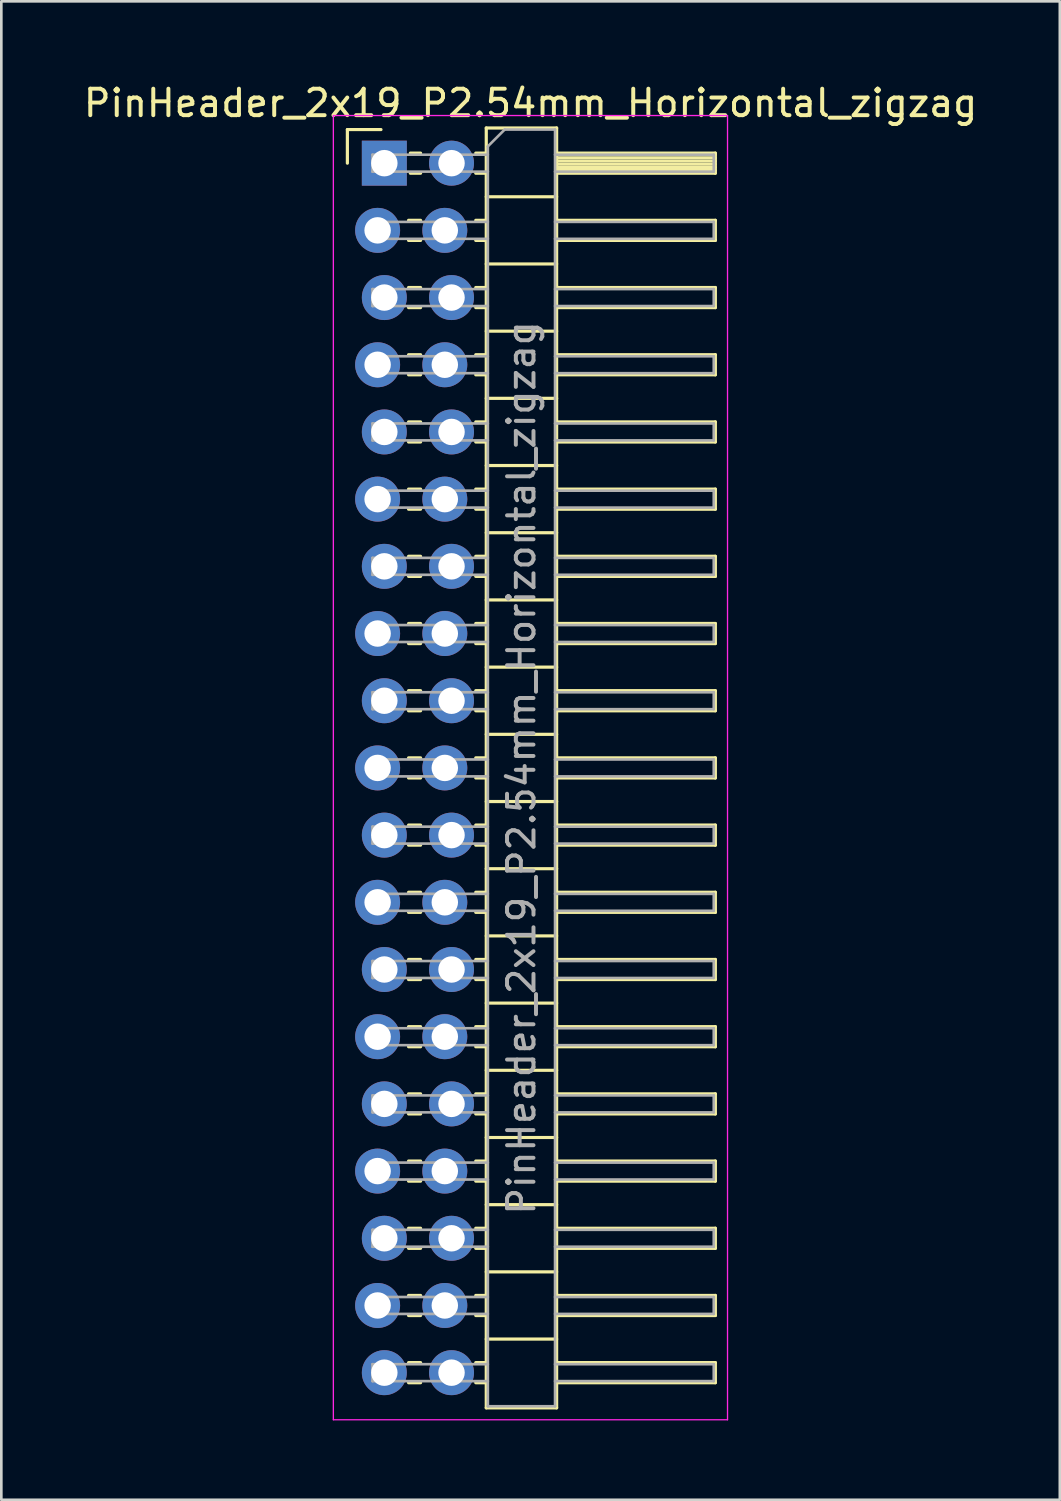
<source format=kicad_pcb>
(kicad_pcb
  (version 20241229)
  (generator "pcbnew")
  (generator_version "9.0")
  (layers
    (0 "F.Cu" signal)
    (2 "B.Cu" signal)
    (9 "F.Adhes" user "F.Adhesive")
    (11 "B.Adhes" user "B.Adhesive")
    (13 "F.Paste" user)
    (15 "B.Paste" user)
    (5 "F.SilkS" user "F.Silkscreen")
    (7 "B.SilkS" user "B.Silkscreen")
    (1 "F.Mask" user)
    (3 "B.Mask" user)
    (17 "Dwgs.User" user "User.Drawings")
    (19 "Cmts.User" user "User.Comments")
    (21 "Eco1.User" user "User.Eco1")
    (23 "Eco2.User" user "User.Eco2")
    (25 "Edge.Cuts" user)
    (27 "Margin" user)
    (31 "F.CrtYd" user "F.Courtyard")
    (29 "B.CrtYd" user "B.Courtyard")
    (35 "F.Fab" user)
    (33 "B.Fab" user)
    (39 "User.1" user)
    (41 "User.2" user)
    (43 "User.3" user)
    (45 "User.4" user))
  (footprint "PinHeader_2x19_P2.54mm_Horizontal_zigzag"
    (layer "F.Cu")
    (at 11.351 3.118)
    (property "Reference" "PinHeader_2x19_P2.54mm_Horizontal_zigzag" (at 5.655 -2.27 0) (layer "F.SilkS") (effects (font (size 1 1) (thickness 0.15))))
    (attr through_hole)
    (fp_line (start -1.27 -1.27) (end 0 -1.27) (stroke (width 0.12) (type solid)) (layer "F.SilkS"))
    (fp_line (start -1.27 0) (end -1.27 -1.27) (stroke (width 0.12) (type solid)) (layer "F.SilkS"))
    (fp_line (start 1.043 2.16) (end 1.497 2.16) (stroke (width 0.12) (type solid)) (layer "F.SilkS"))
    (fp_line (start 1.043 2.92) (end 1.497 2.92) (stroke (width 0.12) (type solid)) (layer "F.SilkS"))
    (fp_line (start 1.043 4.7) (end 1.497 4.7) (stroke (width 0.12) (type solid)) (layer "F.SilkS"))
    (fp_line (start 1.043 5.46) (end 1.497 5.46) (stroke (width 0.12) (type solid)) (layer "F.SilkS"))
    (fp_line (start 1.043 7.24) (end 1.497 7.24) (stroke (width 0.12) (type solid)) (layer "F.SilkS"))
    (fp_line (start 1.043 8) (end 1.497 8) (stroke (width 0.12) (type solid)) (layer "F.SilkS"))
    (fp_line (start 1.043 9.78) (end 1.497 9.78) (stroke (width 0.12) (type solid)) (layer "F.SilkS"))
    (fp_line (start 1.043 10.54) (end 1.497 10.54) (stroke (width 0.12) (type solid)) (layer "F.SilkS"))
    (fp_line (start 1.043 12.32) (end 1.497 12.32) (stroke (width 0.12) (type solid)) (layer "F.SilkS"))
    (fp_line (start 1.043 13.08) (end 1.497 13.08) (stroke (width 0.12) (type solid)) (layer "F.SilkS"))
    (fp_line (start 1.043 14.86) (end 1.497 14.86) (stroke (width 0.12) (type solid)) (layer "F.SilkS"))
    (fp_line (start 1.043 15.62) (end 1.497 15.62) (stroke (width 0.12) (type solid)) (layer "F.SilkS"))
    (fp_line (start 1.043 17.4) (end 1.497 17.4) (stroke (width 0.12) (type solid)) (layer "F.SilkS"))
    (fp_line (start 1.043 18.16) (end 1.497 18.16) (stroke (width 0.12) (type solid)) (layer "F.SilkS"))
    (fp_line (start 1.043 19.94) (end 1.497 19.94) (stroke (width 0.12) (type solid)) (layer "F.SilkS"))
    (fp_line (start 1.043 20.7) (end 1.497 20.7) (stroke (width 0.12) (type solid)) (layer "F.SilkS"))
    (fp_line (start 1.043 22.48) (end 1.497 22.48) (stroke (width 0.12) (type solid)) (layer "F.SilkS"))
    (fp_line (start 1.043 23.24) (end 1.497 23.24) (stroke (width 0.12) (type solid)) (layer "F.SilkS"))
    (fp_line (start 1.043 25.02) (end 1.497 25.02) (stroke (width 0.12) (type solid)) (layer "F.SilkS"))
    (fp_line (start 1.043 25.78) (end 1.497 25.78) (stroke (width 0.12) (type solid)) (layer "F.SilkS"))
    (fp_line (start 1.043 27.56) (end 1.497 27.56) (stroke (width 0.12) (type solid)) (layer "F.SilkS"))
    (fp_line (start 1.043 28.32) (end 1.497 28.32) (stroke (width 0.12) (type solid)) (layer "F.SilkS"))
    (fp_line (start 1.043 30.1) (end 1.497 30.1) (stroke (width 0.12) (type solid)) (layer "F.SilkS"))
    (fp_line (start 1.043 30.86) (end 1.497 30.86) (stroke (width 0.12) (type solid)) (layer "F.SilkS"))
    (fp_line (start 1.043 32.64) (end 1.497 32.64) (stroke (width 0.12) (type solid)) (layer "F.SilkS"))
    (fp_line (start 1.043 33.4) (end 1.497 33.4) (stroke (width 0.12) (type solid)) (layer "F.SilkS"))
    (fp_line (start 1.043 35.18) (end 1.497 35.18) (stroke (width 0.12) (type solid)) (layer "F.SilkS"))
    (fp_line (start 1.043 35.94) (end 1.497 35.94) (stroke (width 0.12) (type solid)) (layer "F.SilkS"))
    (fp_line (start 1.043 37.72) (end 1.497 37.72) (stroke (width 0.12) (type solid)) (layer "F.SilkS"))
    (fp_line (start 1.043 38.48) (end 1.497 38.48) (stroke (width 0.12) (type solid)) (layer "F.SilkS"))
    (fp_line (start 1.043 40.26) (end 1.497 40.26) (stroke (width 0.12) (type solid)) (layer "F.SilkS"))
    (fp_line (start 1.043 41.02) (end 1.497 41.02) (stroke (width 0.12) (type solid)) (layer "F.SilkS"))
    (fp_line (start 1.043 42.8) (end 1.497 42.8) (stroke (width 0.12) (type solid)) (layer "F.SilkS"))
    (fp_line (start 1.043 43.56) (end 1.497 43.56) (stroke (width 0.12) (type solid)) (layer "F.SilkS"))
    (fp_line (start 1.043 45.34) (end 1.497 45.34) (stroke (width 0.12) (type solid)) (layer "F.SilkS"))
    (fp_line (start 1.043 46.1) (end 1.497 46.1) (stroke (width 0.12) (type solid)) (layer "F.SilkS"))
    (fp_line (start 1.11 -0.38) (end 1.497 -0.38) (stroke (width 0.12) (type solid)) (layer "F.SilkS"))
    (fp_line (start 1.11 0.38) (end 1.497 0.38) (stroke (width 0.12) (type solid)) (layer "F.SilkS"))
    (fp_line (start 3.583 -0.38) (end 3.98 -0.38) (stroke (width 0.12) (type solid)) (layer "F.SilkS"))
    (fp_line (start 3.583 0.38) (end 3.98 0.38) (stroke (width 0.12) (type solid)) (layer "F.SilkS"))
    (fp_line (start 3.583 2.16) (end 3.98 2.16) (stroke (width 0.12) (type solid)) (layer "F.SilkS"))
    (fp_line (start 3.583 2.92) (end 3.98 2.92) (stroke (width 0.12) (type solid)) (layer "F.SilkS"))
    (fp_line (start 3.583 4.7) (end 3.98 4.7) (stroke (width 0.12) (type solid)) (layer "F.SilkS"))
    (fp_line (start 3.583 5.46) (end 3.98 5.46) (stroke (width 0.12) (type solid)) (layer "F.SilkS"))
    (fp_line (start 3.583 7.24) (end 3.98 7.24) (stroke (width 0.12) (type solid)) (layer "F.SilkS"))
    (fp_line (start 3.583 8) (end 3.98 8) (stroke (width 0.12) (type solid)) (layer "F.SilkS"))
    (fp_line (start 3.583 9.78) (end 3.98 9.78) (stroke (width 0.12) (type solid)) (layer "F.SilkS"))
    (fp_line (start 3.583 10.54) (end 3.98 10.54) (stroke (width 0.12) (type solid)) (layer "F.SilkS"))
    (fp_line (start 3.583 12.32) (end 3.98 12.32) (stroke (width 0.12) (type solid)) (layer "F.SilkS"))
    (fp_line (start 3.583 13.08) (end 3.98 13.08) (stroke (width 0.12) (type solid)) (layer "F.SilkS"))
    (fp_line (start 3.583 14.86) (end 3.98 14.86) (stroke (width 0.12) (type solid)) (layer "F.SilkS"))
    (fp_line (start 3.583 15.62) (end 3.98 15.62) (stroke (width 0.12) (type solid)) (layer "F.SilkS"))
    (fp_line (start 3.583 17.4) (end 3.98 17.4) (stroke (width 0.12) (type solid)) (layer "F.SilkS"))
    (fp_line (start 3.583 18.16) (end 3.98 18.16) (stroke (width 0.12) (type solid)) (layer "F.SilkS"))
    (fp_line (start 3.583 19.94) (end 3.98 19.94) (stroke (width 0.12) (type solid)) (layer "F.SilkS"))
    (fp_line (start 3.583 20.7) (end 3.98 20.7) (stroke (width 0.12) (type solid)) (layer "F.SilkS"))
    (fp_line (start 3.583 22.48) (end 3.98 22.48) (stroke (width 0.12) (type solid)) (layer "F.SilkS"))
    (fp_line (start 3.583 23.24) (end 3.98 23.24) (stroke (width 0.12) (type solid)) (layer "F.SilkS"))
    (fp_line (start 3.583 25.02) (end 3.98 25.02) (stroke (width 0.12) (type solid)) (layer "F.SilkS"))
    (fp_line (start 3.583 25.78) (end 3.98 25.78) (stroke (width 0.12) (type solid)) (layer "F.SilkS"))
    (fp_line (start 3.583 27.56) (end 3.98 27.56) (stroke (width 0.12) (type solid)) (layer "F.SilkS"))
    (fp_line (start 3.583 28.32) (end 3.98 28.32) (stroke (width 0.12) (type solid)) (layer "F.SilkS"))
    (fp_line (start 3.583 30.1) (end 3.98 30.1) (stroke (width 0.12) (type solid)) (layer "F.SilkS"))
    (fp_line (start 3.583 30.86) (end 3.98 30.86) (stroke (width 0.12) (type solid)) (layer "F.SilkS"))
    (fp_line (start 3.583 32.64) (end 3.98 32.64) (stroke (width 0.12) (type solid)) (layer "F.SilkS"))
    (fp_line (start 3.583 33.4) (end 3.98 33.4) (stroke (width 0.12) (type solid)) (layer "F.SilkS"))
    (fp_line (start 3.583 35.18) (end 3.98 35.18) (stroke (width 0.12) (type solid)) (layer "F.SilkS"))
    (fp_line (start 3.583 35.94) (end 3.98 35.94) (stroke (width 0.12) (type solid)) (layer "F.SilkS"))
    (fp_line (start 3.583 37.72) (end 3.98 37.72) (stroke (width 0.12) (type solid)) (layer "F.SilkS"))
    (fp_line (start 3.583 38.48) (end 3.98 38.48) (stroke (width 0.12) (type solid)) (layer "F.SilkS"))
    (fp_line (start 3.583 40.26) (end 3.98 40.26) (stroke (width 0.12) (type solid)) (layer "F.SilkS"))
    (fp_line (start 3.583 41.02) (end 3.98 41.02) (stroke (width 0.12) (type solid)) (layer "F.SilkS"))
    (fp_line (start 3.583 42.8) (end 3.98 42.8) (stroke (width 0.12) (type solid)) (layer "F.SilkS"))
    (fp_line (start 3.583 43.56) (end 3.98 43.56) (stroke (width 0.12) (type solid)) (layer "F.SilkS"))
    (fp_line (start 3.583 45.34) (end 3.98 45.34) (stroke (width 0.12) (type solid)) (layer "F.SilkS"))
    (fp_line (start 3.583 46.1) (end 3.98 46.1) (stroke (width 0.12) (type solid)) (layer "F.SilkS"))
    (fp_line (start 3.98 -1.33) (end 3.98 47.05) (stroke (width 0.12) (type solid)) (layer "F.SilkS"))
    (fp_line (start 3.98 1.27) (end 6.64 1.27) (stroke (width 0.12) (type solid)) (layer "F.SilkS"))
    (fp_line (start 3.98 3.81) (end 6.64 3.81) (stroke (width 0.12) (type solid)) (layer "F.SilkS"))
    (fp_line (start 3.98 6.35) (end 6.64 6.35) (stroke (width 0.12) (type solid)) (layer "F.SilkS"))
    (fp_line (start 3.98 8.89) (end 6.64 8.89) (stroke (width 0.12) (type solid)) (layer "F.SilkS"))
    (fp_line (start 3.98 11.43) (end 6.64 11.43) (stroke (width 0.12) (type solid)) (layer "F.SilkS"))
    (fp_line (start 3.98 13.97) (end 6.64 13.97) (stroke (width 0.12) (type solid)) (layer "F.SilkS"))
    (fp_line (start 3.98 16.51) (end 6.64 16.51) (stroke (width 0.12) (type solid)) (layer "F.SilkS"))
    (fp_line (start 3.98 19.05) (end 6.64 19.05) (stroke (width 0.12) (type solid)) (layer "F.SilkS"))
    (fp_line (start 3.98 21.59) (end 6.64 21.59) (stroke (width 0.12) (type solid)) (layer "F.SilkS"))
    (fp_line (start 3.98 24.13) (end 6.64 24.13) (stroke (width 0.12) (type solid)) (layer "F.SilkS"))
    (fp_line (start 3.98 26.67) (end 6.64 26.67) (stroke (width 0.12) (type solid)) (layer "F.SilkS"))
    (fp_line (start 3.98 29.21) (end 6.64 29.21) (stroke (width 0.12) (type solid)) (layer "F.SilkS"))
    (fp_line (start 3.98 31.75) (end 6.64 31.75) (stroke (width 0.12) (type solid)) (layer "F.SilkS"))
    (fp_line (start 3.98 34.29) (end 6.64 34.29) (stroke (width 0.12) (type solid)) (layer "F.SilkS"))
    (fp_line (start 3.98 36.83) (end 6.64 36.83) (stroke (width 0.12) (type solid)) (layer "F.SilkS"))
    (fp_line (start 3.98 39.37) (end 6.64 39.37) (stroke (width 0.12) (type solid)) (layer "F.SilkS"))
    (fp_line (start 3.98 41.91) (end 6.64 41.91) (stroke (width 0.12) (type solid)) (layer "F.SilkS"))
    (fp_line (start 3.98 44.45) (end 6.64 44.45) (stroke (width 0.12) (type solid)) (layer "F.SilkS"))
    (fp_line (start 3.98 47.05) (end 6.64 47.05) (stroke (width 0.12) (type solid)) (layer "F.SilkS"))
    (fp_line (start 6.64 -1.33) (end 3.98 -1.33) (stroke (width 0.12) (type solid)) (layer "F.SilkS"))
    (fp_line (start 6.64 -0.38) (end 12.64 -0.38) (stroke (width 0.12) (type solid)) (layer "F.SilkS"))
    (fp_line (start 6.64 -0.32) (end 12.64 -0.32) (stroke (width 0.12) (type solid)) (layer "F.SilkS"))
    (fp_line (start 6.64 -0.2) (end 12.64 -0.2) (stroke (width 0.12) (type solid)) (layer "F.SilkS"))
    (fp_line (start 6.64 -0.08) (end 12.64 -0.08) (stroke (width 0.12) (type solid)) (layer "F.SilkS"))
    (fp_line (start 6.64 0.04) (end 12.64 0.04) (stroke (width 0.12) (type solid)) (layer "F.SilkS"))
    (fp_line (start 6.64 0.16) (end 12.64 0.16) (stroke (width 0.12) (type solid)) (layer "F.SilkS"))
    (fp_line (start 6.64 0.28) (end 12.64 0.28) (stroke (width 0.12) (type solid)) (layer "F.SilkS"))
    (fp_line (start 6.64 2.16) (end 12.64 2.16) (stroke (width 0.12) (type solid)) (layer "F.SilkS"))
    (fp_line (start 6.64 4.7) (end 12.64 4.7) (stroke (width 0.12) (type solid)) (layer "F.SilkS"))
    (fp_line (start 6.64 7.24) (end 12.64 7.24) (stroke (width 0.12) (type solid)) (layer "F.SilkS"))
    (fp_line (start 6.64 9.78) (end 12.64 9.78) (stroke (width 0.12) (type solid)) (layer "F.SilkS"))
    (fp_line (start 6.64 12.32) (end 12.64 12.32) (stroke (width 0.12) (type solid)) (layer "F.SilkS"))
    (fp_line (start 6.64 14.86) (end 12.64 14.86) (stroke (width 0.12) (type solid)) (layer "F.SilkS"))
    (fp_line (start 6.64 17.4) (end 12.64 17.4) (stroke (width 0.12) (type solid)) (layer "F.SilkS"))
    (fp_line (start 6.64 19.94) (end 12.64 19.94) (stroke (width 0.12) (type solid)) (layer "F.SilkS"))
    (fp_line (start 6.64 22.48) (end 12.64 22.48) (stroke (width 0.12) (type solid)) (layer "F.SilkS"))
    (fp_line (start 6.64 25.02) (end 12.64 25.02) (stroke (width 0.12) (type solid)) (layer "F.SilkS"))
    (fp_line (start 6.64 27.56) (end 12.64 27.56) (stroke (width 0.12) (type solid)) (layer "F.SilkS"))
    (fp_line (start 6.64 30.1) (end 12.64 30.1) (stroke (width 0.12) (type solid)) (layer "F.SilkS"))
    (fp_line (start 6.64 32.64) (end 12.64 32.64) (stroke (width 0.12) (type solid)) (layer "F.SilkS"))
    (fp_line (start 6.64 35.18) (end 12.64 35.18) (stroke (width 0.12) (type solid)) (layer "F.SilkS"))
    (fp_line (start 6.64 37.72) (end 12.64 37.72) (stroke (width 0.12) (type solid)) (layer "F.SilkS"))
    (fp_line (start 6.64 40.26) (end 12.64 40.26) (stroke (width 0.12) (type solid)) (layer "F.SilkS"))
    (fp_line (start 6.64 42.8) (end 12.64 42.8) (stroke (width 0.12) (type solid)) (layer "F.SilkS"))
    (fp_line (start 6.64 45.34) (end 12.64 45.34) (stroke (width 0.12) (type solid)) (layer "F.SilkS"))
    (fp_line (start 6.64 47.05) (end 6.64 -1.33) (stroke (width 0.12) (type solid)) (layer "F.SilkS"))
    (fp_line (start 12.64 -0.38) (end 12.64 0.38) (stroke (width 0.12) (type solid)) (layer "F.SilkS"))
    (fp_line (start 12.64 0.38) (end 6.64 0.38) (stroke (width 0.12) (type solid)) (layer "F.SilkS"))
    (fp_line (start 12.64 2.16) (end 12.64 2.92) (stroke (width 0.12) (type solid)) (layer "F.SilkS"))
    (fp_line (start 12.64 2.92) (end 6.64 2.92) (stroke (width 0.12) (type solid)) (layer "F.SilkS"))
    (fp_line (start 12.64 4.7) (end 12.64 5.46) (stroke (width 0.12) (type solid)) (layer "F.SilkS"))
    (fp_line (start 12.64 5.46) (end 6.64 5.46) (stroke (width 0.12) (type solid)) (layer "F.SilkS"))
    (fp_line (start 12.64 7.24) (end 12.64 8) (stroke (width 0.12) (type solid)) (layer "F.SilkS"))
    (fp_line (start 12.64 8) (end 6.64 8) (stroke (width 0.12) (type solid)) (layer "F.SilkS"))
    (fp_line (start 12.64 9.78) (end 12.64 10.54) (stroke (width 0.12) (type solid)) (layer "F.SilkS"))
    (fp_line (start 12.64 10.54) (end 6.64 10.54) (stroke (width 0.12) (type solid)) (layer "F.SilkS"))
    (fp_line (start 12.64 12.32) (end 12.64 13.08) (stroke (width 0.12) (type solid)) (layer "F.SilkS"))
    (fp_line (start 12.64 13.08) (end 6.64 13.08) (stroke (width 0.12) (type solid)) (layer "F.SilkS"))
    (fp_line (start 12.64 14.86) (end 12.64 15.62) (stroke (width 0.12) (type solid)) (layer "F.SilkS"))
    (fp_line (start 12.64 15.62) (end 6.64 15.62) (stroke (width 0.12) (type solid)) (layer "F.SilkS"))
    (fp_line (start 12.64 17.4) (end 12.64 18.16) (stroke (width 0.12) (type solid)) (layer "F.SilkS"))
    (fp_line (start 12.64 18.16) (end 6.64 18.16) (stroke (width 0.12) (type solid)) (layer "F.SilkS"))
    (fp_line (start 12.64 19.94) (end 12.64 20.7) (stroke (width 0.12) (type solid)) (layer "F.SilkS"))
    (fp_line (start 12.64 20.7) (end 6.64 20.7) (stroke (width 0.12) (type solid)) (layer "F.SilkS"))
    (fp_line (start 12.64 22.48) (end 12.64 23.24) (stroke (width 0.12) (type solid)) (layer "F.SilkS"))
    (fp_line (start 12.64 23.24) (end 6.64 23.24) (stroke (width 0.12) (type solid)) (layer "F.SilkS"))
    (fp_line (start 12.64 25.02) (end 12.64 25.78) (stroke (width 0.12) (type solid)) (layer "F.SilkS"))
    (fp_line (start 12.64 25.78) (end 6.64 25.78) (stroke (width 0.12) (type solid)) (layer "F.SilkS"))
    (fp_line (start 12.64 27.56) (end 12.64 28.32) (stroke (width 0.12) (type solid)) (layer "F.SilkS"))
    (fp_line (start 12.64 28.32) (end 6.64 28.32) (stroke (width 0.12) (type solid)) (layer "F.SilkS"))
    (fp_line (start 12.64 30.1) (end 12.64 30.86) (stroke (width 0.12) (type solid)) (layer "F.SilkS"))
    (fp_line (start 12.64 30.86) (end 6.64 30.86) (stroke (width 0.12) (type solid)) (layer "F.SilkS"))
    (fp_line (start 12.64 32.64) (end 12.64 33.4) (stroke (width 0.12) (type solid)) (layer "F.SilkS"))
    (fp_line (start 12.64 33.4) (end 6.64 33.4) (stroke (width 0.12) (type solid)) (layer "F.SilkS"))
    (fp_line (start 12.64 35.18) (end 12.64 35.94) (stroke (width 0.12) (type solid)) (layer "F.SilkS"))
    (fp_line (start 12.64 35.94) (end 6.64 35.94) (stroke (width 0.12) (type solid)) (layer "F.SilkS"))
    (fp_line (start 12.64 37.72) (end 12.64 38.48) (stroke (width 0.12) (type solid)) (layer "F.SilkS"))
    (fp_line (start 12.64 38.48) (end 6.64 38.48) (stroke (width 0.12) (type solid)) (layer "F.SilkS"))
    (fp_line (start 12.64 40.26) (end 12.64 41.02) (stroke (width 0.12) (type solid)) (layer "F.SilkS"))
    (fp_line (start 12.64 41.02) (end 6.64 41.02) (stroke (width 0.12) (type solid)) (layer "F.SilkS"))
    (fp_line (start 12.64 42.8) (end 12.64 43.56) (stroke (width 0.12) (type solid)) (layer "F.SilkS"))
    (fp_line (start 12.64 43.56) (end 6.64 43.56) (stroke (width 0.12) (type solid)) (layer "F.SilkS"))
    (fp_line (start 12.64 45.34) (end 12.64 46.1) (stroke (width 0.12) (type solid)) (layer "F.SilkS"))
    (fp_line (start 12.64 46.1) (end 6.64 46.1) (stroke (width 0.12) (type solid)) (layer "F.SilkS"))
    (fp_line (start -1.8 -1.8) (end -1.8 47.5) (stroke (width 0.05) (type solid)) (layer "F.CrtYd"))
    (fp_line (start -1.8 47.5) (end 13.1 47.5) (stroke (width 0.05) (type solid)) (layer "F.CrtYd"))
    (fp_line (start 13.1 -1.8) (end -1.8 -1.8) (stroke (width 0.05) (type solid)) (layer "F.CrtYd"))
    (fp_line (start 13.1 47.5) (end 13.1 -1.8) (stroke (width 0.05) (type solid)) (layer "F.CrtYd"))
    (fp_line (start -0.32 -0.32) (end -0.32 0.32) (stroke (width 0.1) (type solid)) (layer "F.Fab"))
    (fp_line (start -0.32 -0.32) (end 4.04 -0.32) (stroke (width 0.1) (type solid)) (layer "F.Fab"))
    (fp_line (start -0.32 0.32) (end 4.04 0.32) (stroke (width 0.1) (type solid)) (layer "F.Fab"))
    (fp_line (start -0.32 2.22) (end -0.32 2.86) (stroke (width 0.1) (type solid)) (layer "F.Fab"))
    (fp_line (start -0.32 2.22) (end 4.04 2.22) (stroke (width 0.1) (type solid)) (layer "F.Fab"))
    (fp_line (start -0.32 2.86) (end 4.04 2.86) (stroke (width 0.1) (type solid)) (layer "F.Fab"))
    (fp_line (start -0.32 4.76) (end -0.32 5.4) (stroke (width 0.1) (type solid)) (layer "F.Fab"))
    (fp_line (start -0.32 4.76) (end 4.04 4.76) (stroke (width 0.1) (type solid)) (layer "F.Fab"))
    (fp_line (start -0.32 5.4) (end 4.04 5.4) (stroke (width 0.1) (type solid)) (layer "F.Fab"))
    (fp_line (start -0.32 7.3) (end -0.32 7.94) (stroke (width 0.1) (type solid)) (layer "F.Fab"))
    (fp_line (start -0.32 7.3) (end 4.04 7.3) (stroke (width 0.1) (type solid)) (layer "F.Fab"))
    (fp_line (start -0.32 7.94) (end 4.04 7.94) (stroke (width 0.1) (type solid)) (layer "F.Fab"))
    (fp_line (start -0.32 9.84) (end -0.32 10.48) (stroke (width 0.1) (type solid)) (layer "F.Fab"))
    (fp_line (start -0.32 9.84) (end 4.04 9.84) (stroke (width 0.1) (type solid)) (layer "F.Fab"))
    (fp_line (start -0.32 10.48) (end 4.04 10.48) (stroke (width 0.1) (type solid)) (layer "F.Fab"))
    (fp_line (start -0.32 12.38) (end -0.32 13.02) (stroke (width 0.1) (type solid)) (layer "F.Fab"))
    (fp_line (start -0.32 12.38) (end 4.04 12.38) (stroke (width 0.1) (type solid)) (layer "F.Fab"))
    (fp_line (start -0.32 13.02) (end 4.04 13.02) (stroke (width 0.1) (type solid)) (layer "F.Fab"))
    (fp_line (start -0.32 14.92) (end -0.32 15.56) (stroke (width 0.1) (type solid)) (layer "F.Fab"))
    (fp_line (start -0.32 14.92) (end 4.04 14.92) (stroke (width 0.1) (type solid)) (layer "F.Fab"))
    (fp_line (start -0.32 15.56) (end 4.04 15.56) (stroke (width 0.1) (type solid)) (layer "F.Fab"))
    (fp_line (start -0.32 17.46) (end -0.32 18.1) (stroke (width 0.1) (type solid)) (layer "F.Fab"))
    (fp_line (start -0.32 17.46) (end 4.04 17.46) (stroke (width 0.1) (type solid)) (layer "F.Fab"))
    (fp_line (start -0.32 18.1) (end 4.04 18.1) (stroke (width 0.1) (type solid)) (layer "F.Fab"))
    (fp_line (start -0.32 20) (end -0.32 20.64) (stroke (width 0.1) (type solid)) (layer "F.Fab"))
    (fp_line (start -0.32 20) (end 4.04 20) (stroke (width 0.1) (type solid)) (layer "F.Fab"))
    (fp_line (start -0.32 20.64) (end 4.04 20.64) (stroke (width 0.1) (type solid)) (layer "F.Fab"))
    (fp_line (start -0.32 22.54) (end -0.32 23.18) (stroke (width 0.1) (type solid)) (layer "F.Fab"))
    (fp_line (start -0.32 22.54) (end 4.04 22.54) (stroke (width 0.1) (type solid)) (layer "F.Fab"))
    (fp_line (start -0.32 23.18) (end 4.04 23.18) (stroke (width 0.1) (type solid)) (layer "F.Fab"))
    (fp_line (start -0.32 25.08) (end -0.32 25.72) (stroke (width 0.1) (type solid)) (layer "F.Fab"))
    (fp_line (start -0.32 25.08) (end 4.04 25.08) (stroke (width 0.1) (type solid)) (layer "F.Fab"))
    (fp_line (start -0.32 25.72) (end 4.04 25.72) (stroke (width 0.1) (type solid)) (layer "F.Fab"))
    (fp_line (start -0.32 27.62) (end -0.32 28.26) (stroke (width 0.1) (type solid)) (layer "F.Fab"))
    (fp_line (start -0.32 27.62) (end 4.04 27.62) (stroke (width 0.1) (type solid)) (layer "F.Fab"))
    (fp_line (start -0.32 28.26) (end 4.04 28.26) (stroke (width 0.1) (type solid)) (layer "F.Fab"))
    (fp_line (start -0.32 30.16) (end -0.32 30.8) (stroke (width 0.1) (type solid)) (layer "F.Fab"))
    (fp_line (start -0.32 30.16) (end 4.04 30.16) (stroke (width 0.1) (type solid)) (layer "F.Fab"))
    (fp_line (start -0.32 30.8) (end 4.04 30.8) (stroke (width 0.1) (type solid)) (layer "F.Fab"))
    (fp_line (start -0.32 32.7) (end -0.32 33.34) (stroke (width 0.1) (type solid)) (layer "F.Fab"))
    (fp_line (start -0.32 32.7) (end 4.04 32.7) (stroke (width 0.1) (type solid)) (layer "F.Fab"))
    (fp_line (start -0.32 33.34) (end 4.04 33.34) (stroke (width 0.1) (type solid)) (layer "F.Fab"))
    (fp_line (start -0.32 35.24) (end -0.32 35.88) (stroke (width 0.1) (type solid)) (layer "F.Fab"))
    (fp_line (start -0.32 35.24) (end 4.04 35.24) (stroke (width 0.1) (type solid)) (layer "F.Fab"))
    (fp_line (start -0.32 35.88) (end 4.04 35.88) (stroke (width 0.1) (type solid)) (layer "F.Fab"))
    (fp_line (start -0.32 37.78) (end -0.32 38.42) (stroke (width 0.1) (type solid)) (layer "F.Fab"))
    (fp_line (start -0.32 37.78) (end 4.04 37.78) (stroke (width 0.1) (type solid)) (layer "F.Fab"))
    (fp_line (start -0.32 38.42) (end 4.04 38.42) (stroke (width 0.1) (type solid)) (layer "F.Fab"))
    (fp_line (start -0.32 40.32) (end -0.32 40.96) (stroke (width 0.1) (type solid)) (layer "F.Fab"))
    (fp_line (start -0.32 40.32) (end 4.04 40.32) (stroke (width 0.1) (type solid)) (layer "F.Fab"))
    (fp_line (start -0.32 40.96) (end 4.04 40.96) (stroke (width 0.1) (type solid)) (layer "F.Fab"))
    (fp_line (start -0.32 42.86) (end -0.32 43.5) (stroke (width 0.1) (type solid)) (layer "F.Fab"))
    (fp_line (start -0.32 42.86) (end 4.04 42.86) (stroke (width 0.1) (type solid)) (layer "F.Fab"))
    (fp_line (start -0.32 43.5) (end 4.04 43.5) (stroke (width 0.1) (type solid)) (layer "F.Fab"))
    (fp_line (start -0.32 45.4) (end -0.32 46.04) (stroke (width 0.1) (type solid)) (layer "F.Fab"))
    (fp_line (start -0.32 45.4) (end 4.04 45.4) (stroke (width 0.1) (type solid)) (layer "F.Fab"))
    (fp_line (start -0.32 46.04) (end 4.04 46.04) (stroke (width 0.1) (type solid)) (layer "F.Fab"))
    (fp_line (start 4.04 -0.635) (end 4.675 -1.27) (stroke (width 0.1) (type solid)) (layer "F.Fab"))
    (fp_line (start 4.04 46.99) (end 4.04 -0.635) (stroke (width 0.1) (type solid)) (layer "F.Fab"))
    (fp_line (start 4.675 -1.27) (end 6.58 -1.27) (stroke (width 0.1) (type solid)) (layer "F.Fab"))
    (fp_line (start 6.58 -1.27) (end 6.58 46.99) (stroke (width 0.1) (type solid)) (layer "F.Fab"))
    (fp_line (start 6.58 -0.32) (end 12.58 -0.32) (stroke (width 0.1) (type solid)) (layer "F.Fab"))
    (fp_line (start 6.58 0.32) (end 12.58 0.32) (stroke (width 0.1) (type solid)) (layer "F.Fab"))
    (fp_line (start 6.58 2.22) (end 12.58 2.22) (stroke (width 0.1) (type solid)) (layer "F.Fab"))
    (fp_line (start 6.58 2.86) (end 12.58 2.86) (stroke (width 0.1) (type solid)) (layer "F.Fab"))
    (fp_line (start 6.58 4.76) (end 12.58 4.76) (stroke (width 0.1) (type solid)) (layer "F.Fab"))
    (fp_line (start 6.58 5.4) (end 12.58 5.4) (stroke (width 0.1) (type solid)) (layer "F.Fab"))
    (fp_line (start 6.58 7.3) (end 12.58 7.3) (stroke (width 0.1) (type solid)) (layer "F.Fab"))
    (fp_line (start 6.58 7.94) (end 12.58 7.94) (stroke (width 0.1) (type solid)) (layer "F.Fab"))
    (fp_line (start 6.58 9.84) (end 12.58 9.84) (stroke (width 0.1) (type solid)) (layer "F.Fab"))
    (fp_line (start 6.58 10.48) (end 12.58 10.48) (stroke (width 0.1) (type solid)) (layer "F.Fab"))
    (fp_line (start 6.58 12.38) (end 12.58 12.38) (stroke (width 0.1) (type solid)) (layer "F.Fab"))
    (fp_line (start 6.58 13.02) (end 12.58 13.02) (stroke (width 0.1) (type solid)) (layer "F.Fab"))
    (fp_line (start 6.58 14.92) (end 12.58 14.92) (stroke (width 0.1) (type solid)) (layer "F.Fab"))
    (fp_line (start 6.58 15.56) (end 12.58 15.56) (stroke (width 0.1) (type solid)) (layer "F.Fab"))
    (fp_line (start 6.58 17.46) (end 12.58 17.46) (stroke (width 0.1) (type solid)) (layer "F.Fab"))
    (fp_line (start 6.58 18.1) (end 12.58 18.1) (stroke (width 0.1) (type solid)) (layer "F.Fab"))
    (fp_line (start 6.58 20) (end 12.58 20) (stroke (width 0.1) (type solid)) (layer "F.Fab"))
    (fp_line (start 6.58 20.64) (end 12.58 20.64) (stroke (width 0.1) (type solid)) (layer "F.Fab"))
    (fp_line (start 6.58 22.54) (end 12.58 22.54) (stroke (width 0.1) (type solid)) (layer "F.Fab"))
    (fp_line (start 6.58 23.18) (end 12.58 23.18) (stroke (width 0.1) (type solid)) (layer "F.Fab"))
    (fp_line (start 6.58 25.08) (end 12.58 25.08) (stroke (width 0.1) (type solid)) (layer "F.Fab"))
    (fp_line (start 6.58 25.72) (end 12.58 25.72) (stroke (width 0.1) (type solid)) (layer "F.Fab"))
    (fp_line (start 6.58 27.62) (end 12.58 27.62) (stroke (width 0.1) (type solid)) (layer "F.Fab"))
    (fp_line (start 6.58 28.26) (end 12.58 28.26) (stroke (width 0.1) (type solid)) (layer "F.Fab"))
    (fp_line (start 6.58 30.16) (end 12.58 30.16) (stroke (width 0.1) (type solid)) (layer "F.Fab"))
    (fp_line (start 6.58 30.8) (end 12.58 30.8) (stroke (width 0.1) (type solid)) (layer "F.Fab"))
    (fp_line (start 6.58 32.7) (end 12.58 32.7) (stroke (width 0.1) (type solid)) (layer "F.Fab"))
    (fp_line (start 6.58 33.34) (end 12.58 33.34) (stroke (width 0.1) (type solid)) (layer "F.Fab"))
    (fp_line (start 6.58 35.24) (end 12.58 35.24) (stroke (width 0.1) (type solid)) (layer "F.Fab"))
    (fp_line (start 6.58 35.88) (end 12.58 35.88) (stroke (width 0.1) (type solid)) (layer "F.Fab"))
    (fp_line (start 6.58 37.78) (end 12.58 37.78) (stroke (width 0.1) (type solid)) (layer "F.Fab"))
    (fp_line (start 6.58 38.42) (end 12.58 38.42) (stroke (width 0.1) (type solid)) (layer "F.Fab"))
    (fp_line (start 6.58 40.32) (end 12.58 40.32) (stroke (width 0.1) (type solid)) (layer "F.Fab"))
    (fp_line (start 6.58 40.96) (end 12.58 40.96) (stroke (width 0.1) (type solid)) (layer "F.Fab"))
    (fp_line (start 6.58 42.86) (end 12.58 42.86) (stroke (width 0.1) (type solid)) (layer "F.Fab"))
    (fp_line (start 6.58 43.5) (end 12.58 43.5) (stroke (width 0.1) (type solid)) (layer "F.Fab"))
    (fp_line (start 6.58 45.4) (end 12.58 45.4) (stroke (width 0.1) (type solid)) (layer "F.Fab"))
    (fp_line (start 6.58 46.04) (end 12.58 46.04) (stroke (width 0.1) (type solid)) (layer "F.Fab"))
    (fp_line (start 6.58 46.99) (end 4.04 46.99) (stroke (width 0.1) (type solid)) (layer "F.Fab"))
    (fp_line (start 12.58 -0.32) (end 12.58 0.32) (stroke (width 0.1) (type solid)) (layer "F.Fab"))
    (fp_line (start 12.58 2.22) (end 12.58 2.86) (stroke (width 0.1) (type solid)) (layer "F.Fab"))
    (fp_line (start 12.58 4.76) (end 12.58 5.4) (stroke (width 0.1) (type solid)) (layer "F.Fab"))
    (fp_line (start 12.58 7.3) (end 12.58 7.94) (stroke (width 0.1) (type solid)) (layer "F.Fab"))
    (fp_line (start 12.58 9.84) (end 12.58 10.48) (stroke (width 0.1) (type solid)) (layer "F.Fab"))
    (fp_line (start 12.58 12.38) (end 12.58 13.02) (stroke (width 0.1) (type solid)) (layer "F.Fab"))
    (fp_line (start 12.58 14.92) (end 12.58 15.56) (stroke (width 0.1) (type solid)) (layer "F.Fab"))
    (fp_line (start 12.58 17.46) (end 12.58 18.1) (stroke (width 0.1) (type solid)) (layer "F.Fab"))
    (fp_line (start 12.58 20) (end 12.58 20.64) (stroke (width 0.1) (type solid)) (layer "F.Fab"))
    (fp_line (start 12.58 22.54) (end 12.58 23.18) (stroke (width 0.1) (type solid)) (layer "F.Fab"))
    (fp_line (start 12.58 25.08) (end 12.58 25.72) (stroke (width 0.1) (type solid)) (layer "F.Fab"))
    (fp_line (start 12.58 27.62) (end 12.58 28.26) (stroke (width 0.1) (type solid)) (layer "F.Fab"))
    (fp_line (start 12.58 30.16) (end 12.58 30.8) (stroke (width 0.1) (type solid)) (layer "F.Fab"))
    (fp_line (start 12.58 32.7) (end 12.58 33.34) (stroke (width 0.1) (type solid)) (layer "F.Fab"))
    (fp_line (start 12.58 35.24) (end 12.58 35.88) (stroke (width 0.1) (type solid)) (layer "F.Fab"))
    (fp_line (start 12.58 37.78) (end 12.58 38.42) (stroke (width 0.1) (type solid)) (layer "F.Fab"))
    (fp_line (start 12.58 40.32) (end 12.58 40.96) (stroke (width 0.1) (type solid)) (layer "F.Fab"))
    (fp_line (start 12.58 42.86) (end 12.58 43.5) (stroke (width 0.1) (type solid)) (layer "F.Fab"))
    (fp_line (start 12.58 45.4) (end 12.58 46.04) (stroke (width 0.1) (type solid)) (layer "F.Fab"))
    (fp_text user "${REFERENCE}" (at 5.31 22.86 90) (layer "F.Fab") (effects (font (size 1 1) (thickness 0.15))))
    (pad "1" thru_hole rect (at 0.127 0) (size 1.7 1.7) (drill 1) (layers "*.Cu" "*.Mask"))
    (pad "2" thru_hole oval (at 2.667 0) (size 1.7 1.7) (drill 1) (layers "*.Cu" "*.Mask"))
    (pad "3" thru_hole oval (at -0.127 2.54) (size 1.7 1.7) (drill 1) (layers "*.Cu" "*.Mask"))
    (pad "4" thru_hole oval (at 2.413 2.54) (size 1.7 1.7) (drill 1) (layers "*.Cu" "*.Mask"))
    (pad "5" thru_hole oval (at 0.127 5.08) (size 1.7 1.7) (drill 1) (layers "*.Cu" "*.Mask"))
    (pad "6" thru_hole oval (at 2.667 5.08) (size 1.7 1.7) (drill 1) (layers "*.Cu" "*.Mask"))
    (pad "7" thru_hole oval (at -0.127 7.62) (size 1.7 1.7) (drill 1) (layers "*.Cu" "*.Mask"))
    (pad "8" thru_hole oval (at 2.413 7.62) (size 1.7 1.7) (drill 1) (layers "*.Cu" "*.Mask"))
    (pad "9" thru_hole oval (at 0.127 10.16) (size 1.7 1.7) (drill 1) (layers "*.Cu" "*.Mask"))
    (pad "10" thru_hole oval (at 2.667 10.16) (size 1.7 1.7) (drill 1) (layers "*.Cu" "*.Mask"))
    (pad "11" thru_hole oval (at -0.127 12.7) (size 1.7 1.7) (drill 1) (layers "*.Cu" "*.Mask"))
    (pad "12" thru_hole oval (at 2.413 12.7) (size 1.7 1.7) (drill 1) (layers "*.Cu" "*.Mask"))
    (pad "13" thru_hole oval (at 0.127 15.24) (size 1.7 1.7) (drill 1) (layers "*.Cu" "*.Mask"))
    (pad "14" thru_hole oval (at 2.667 15.24) (size 1.7 1.7) (drill 1) (layers "*.Cu" "*.Mask"))
    (pad "15" thru_hole oval (at -0.127 17.78) (size 1.7 1.7) (drill 1) (layers "*.Cu" "*.Mask"))
    (pad "16" thru_hole oval (at 2.413 17.78) (size 1.7 1.7) (drill 1) (layers "*.Cu" "*.Mask"))
    (pad "17" thru_hole oval (at 0.127 20.32) (size 1.7 1.7) (drill 1) (layers "*.Cu" "*.Mask"))
    (pad "18" thru_hole oval (at 2.667 20.32) (size 1.7 1.7) (drill 1) (layers "*.Cu" "*.Mask"))
    (pad "19" thru_hole oval (at -0.127 22.86) (size 1.7 1.7) (drill 1) (layers "*.Cu" "*.Mask"))
    (pad "20" thru_hole oval (at 2.413 22.86) (size 1.7 1.7) (drill 1) (layers "*.Cu" "*.Mask"))
    (pad "21" thru_hole oval (at 0.127 25.4) (size 1.7 1.7) (drill 1) (layers "*.Cu" "*.Mask"))
    (pad "22" thru_hole oval (at 2.667 25.4) (size 1.7 1.7) (drill 1) (layers "*.Cu" "*.Mask"))
    (pad "23" thru_hole oval (at -0.127 27.94) (size 1.7 1.7) (drill 1) (layers "*.Cu" "*.Mask"))
    (pad "24" thru_hole oval (at 2.413 27.94) (size 1.7 1.7) (drill 1) (layers "*.Cu" "*.Mask"))
    (pad "25" thru_hole oval (at 0.127 30.48) (size 1.7 1.7) (drill 1) (layers "*.Cu" "*.Mask"))
    (pad "26" thru_hole oval (at 2.667 30.48) (size 1.7 1.7) (drill 1) (layers "*.Cu" "*.Mask"))
    (pad "27" thru_hole oval (at -0.127 33.02) (size 1.7 1.7) (drill 1) (layers "*.Cu" "*.Mask"))
    (pad "28" thru_hole oval (at 2.413 33.02) (size 1.7 1.7) (drill 1) (layers "*.Cu" "*.Mask"))
    (pad "29" thru_hole oval (at 0.127 35.56) (size 1.7 1.7) (drill 1) (layers "*.Cu" "*.Mask"))
    (pad "30" thru_hole oval (at 2.667 35.56) (size 1.7 1.7) (drill 1) (layers "*.Cu" "*.Mask"))
    (pad "31" thru_hole oval (at -0.127 38.1) (size 1.7 1.7) (drill 1) (layers "*.Cu" "*.Mask"))
    (pad "32" thru_hole oval (at 2.413 38.1) (size 1.7 1.7) (drill 1) (layers "*.Cu" "*.Mask"))
    (pad "33" thru_hole oval (at 0.127 40.64) (size 1.7 1.7) (drill 1) (layers "*.Cu" "*.Mask"))
    (pad "34" thru_hole oval (at 2.667 40.64) (size 1.7 1.7) (drill 1) (layers "*.Cu" "*.Mask"))
    (pad "35" thru_hole oval (at -0.127 43.18) (size 1.7 1.7) (drill 1) (layers "*.Cu" "*.Mask"))
    (pad "36" thru_hole oval (at 2.413 43.18) (size 1.7 1.7) (drill 1) (layers "*.Cu" "*.Mask"))
    (pad "37" thru_hole oval (at 0.127 45.72) (size 1.7 1.7) (drill 1) (layers "*.Cu" "*.Mask"))
    (pad "38" thru_hole oval (at 2.667 45.72) (size 1.7 1.7) (drill 1) (layers "*.Cu" "*.Mask")))
  (gr_rect
    (start -3 -3)
    (end 37.012 53.643)
    (stroke (width 0.1) (type default))
    (fill no)
    (layer "Edge.Cuts")))
</source>
